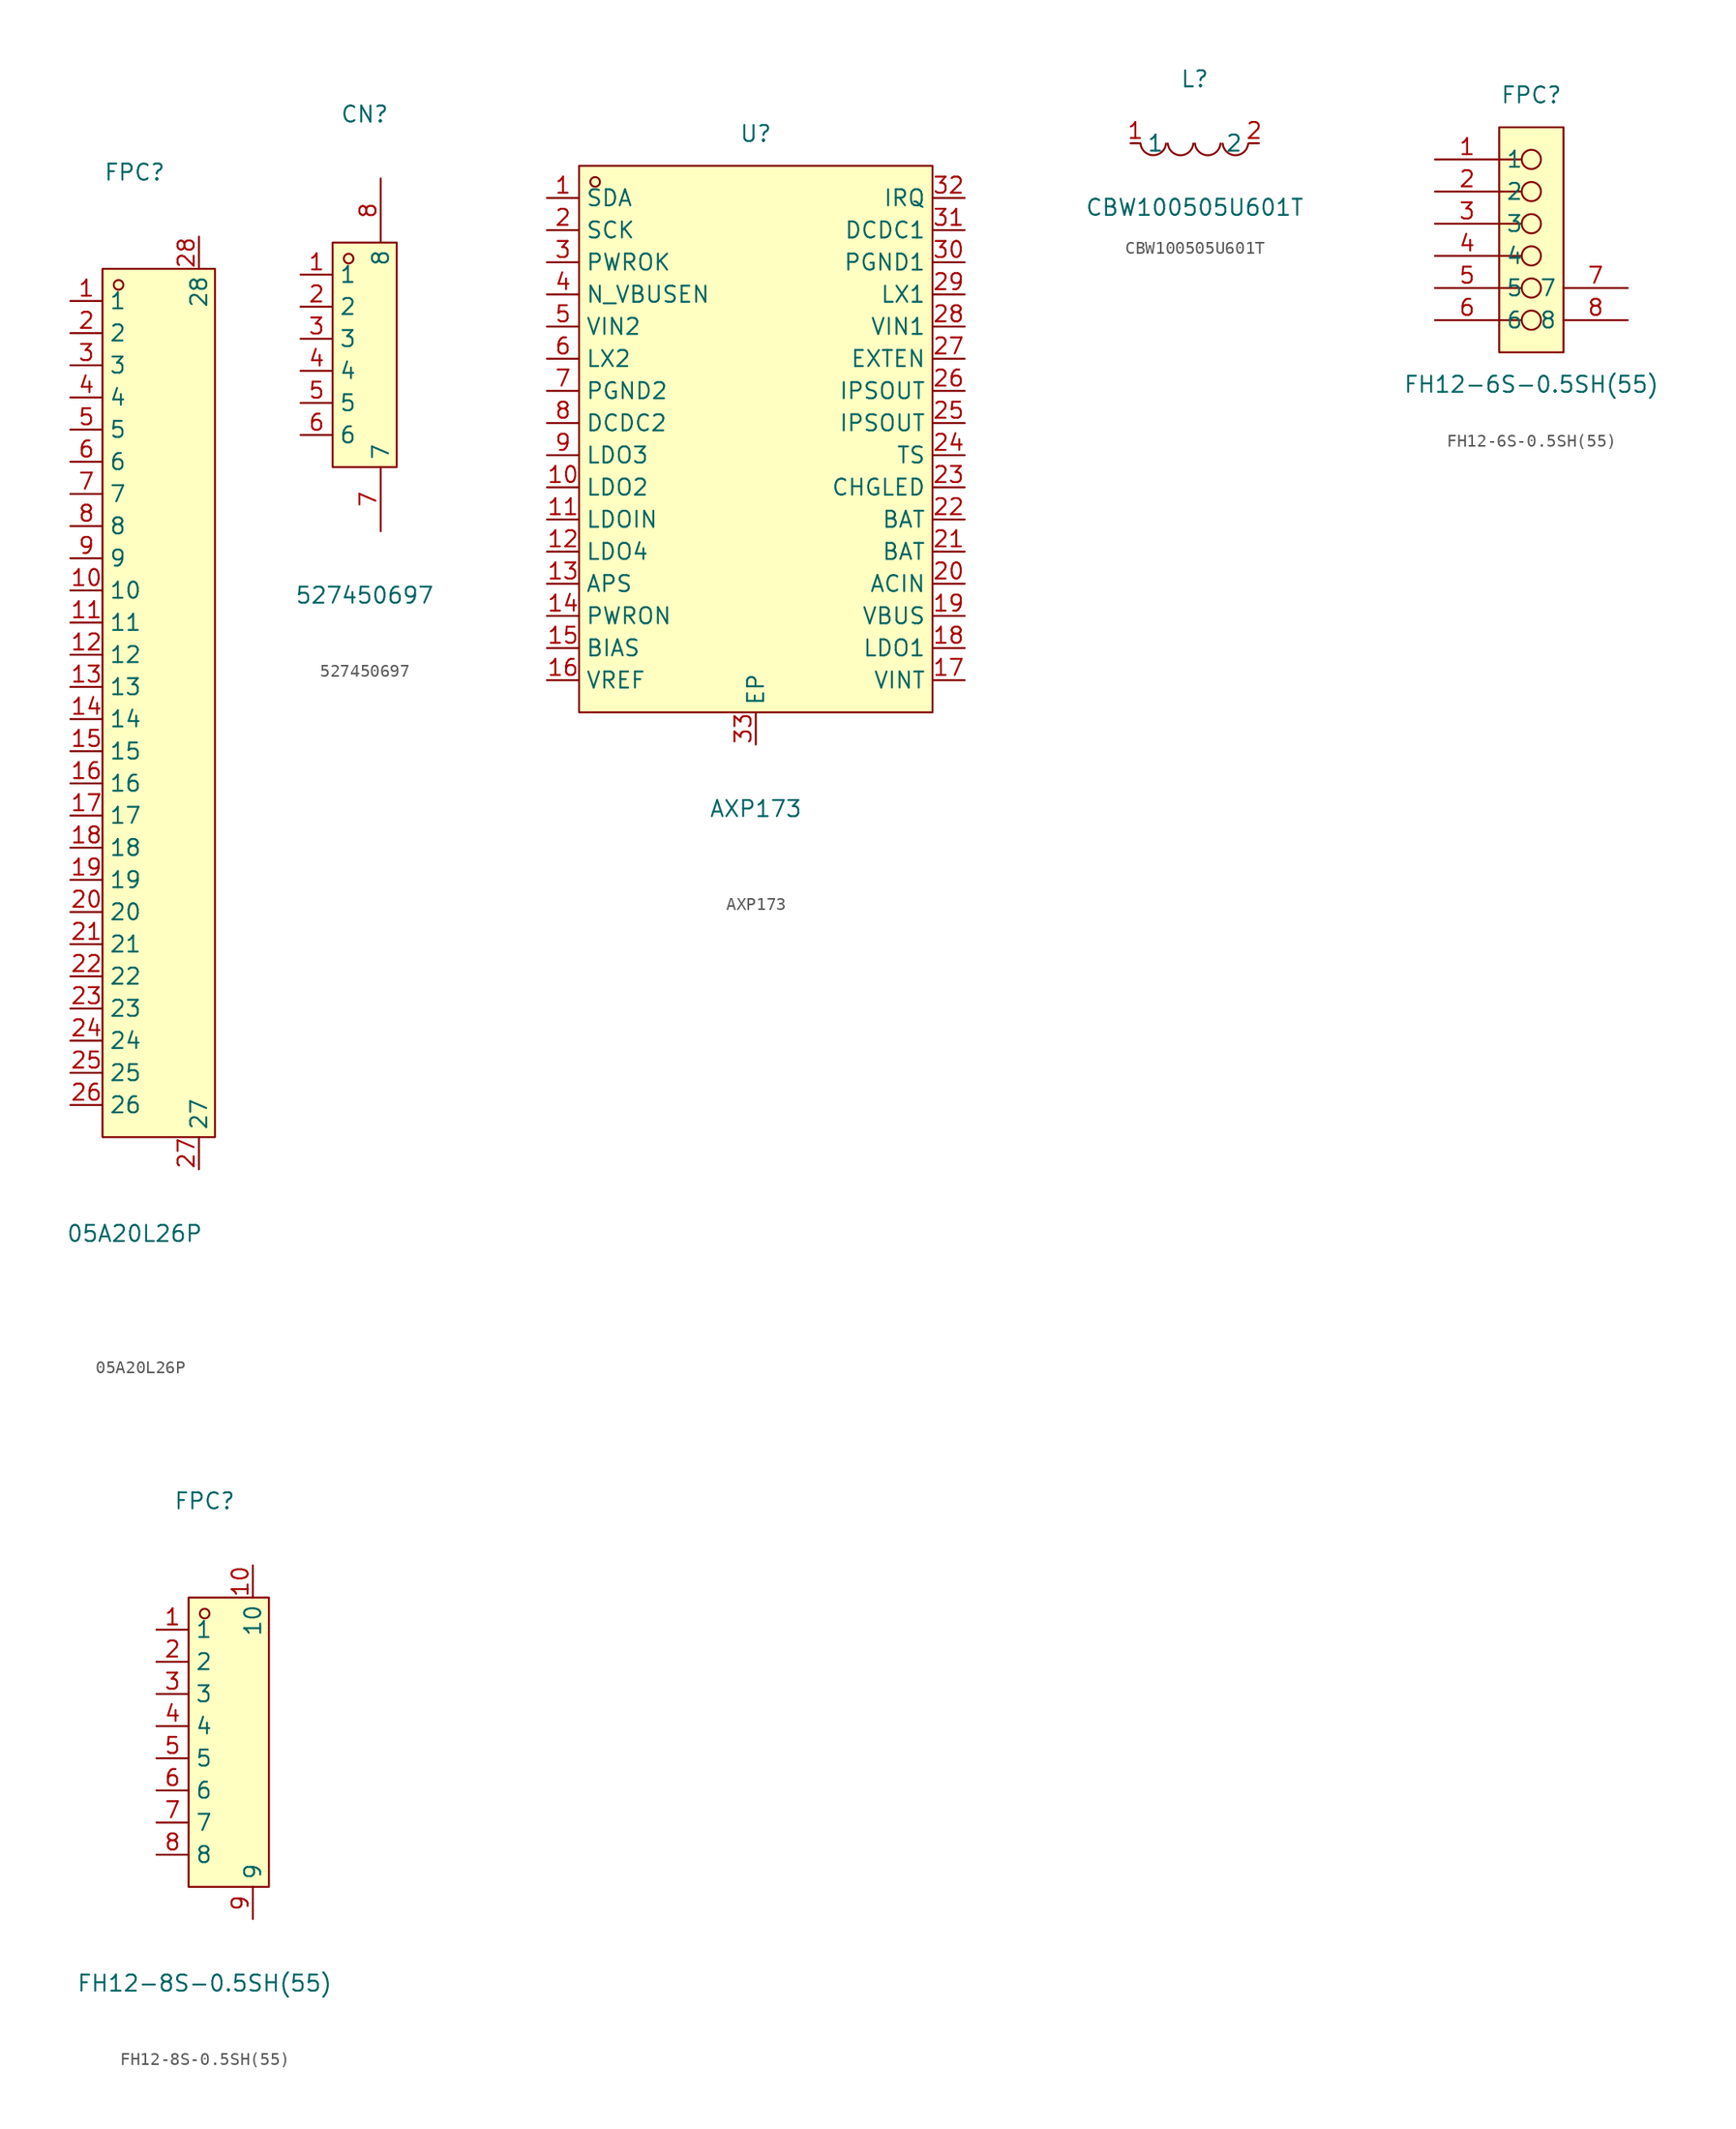
<source format=kicad_sym>
(kicad_symbol_lib
  (version 20211014)
  (generator https://github.com/uPesy/easyeda2kicad.py)
  (symbol "05A20L26P"
    (property "Reference" "FPC"
      (at 0 41.91 0)
      (effects (font (size 1.27 1.27))))
    (property "Value" "05A20L26P"
      (at 0 -41.91 0)
      (effects (font (size 1.27 1.27))))
    (symbol "05A20L26P_0_1"
      (rectangle (start -2.54 34.29) (end 6.35 -34.29) (stroke (width 0) (type default) (color 0 0 0 0)) (fill (type background)))
      (circle (center -1.27 33.02) (radius 0.38) (stroke (width 0) (type default) (color 0 0 0 0)) (fill (type none)))
      (pin unspecified line (at -5.08 31.75 0) (length 2.54) (name "1" (effects (font (size 1.27 1.27)))) (number "1" (effects (font (size 1.27 1.27)))))
      (pin unspecified line (at -5.08 29.21 0) (length 2.54) (name "2" (effects (font (size 1.27 1.27)))) (number "2" (effects (font (size 1.27 1.27)))))
      (pin unspecified line (at -5.08 26.67 0) (length 2.54) (name "3" (effects (font (size 1.27 1.27)))) (number "3" (effects (font (size 1.27 1.27)))))
      (pin unspecified line (at -5.08 24.13 0) (length 2.54) (name "4" (effects (font (size 1.27 1.27)))) (number "4" (effects (font (size 1.27 1.27)))))
      (pin unspecified line (at -5.08 21.59 0) (length 2.54) (name "5" (effects (font (size 1.27 1.27)))) (number "5" (effects (font (size 1.27 1.27)))))
      (pin unspecified line (at -5.08 19.05 0) (length 2.54) (name "6" (effects (font (size 1.27 1.27)))) (number "6" (effects (font (size 1.27 1.27)))))
      (pin unspecified line (at -5.08 16.51 0) (length 2.54) (name "7" (effects (font (size 1.27 1.27)))) (number "7" (effects (font (size 1.27 1.27)))))
      (pin unspecified line (at -5.08 13.97 0) (length 2.54) (name "8" (effects (font (size 1.27 1.27)))) (number "8" (effects (font (size 1.27 1.27)))))
      (pin unspecified line (at -5.08 11.43 0) (length 2.54) (name "9" (effects (font (size 1.27 1.27)))) (number "9" (effects (font (size 1.27 1.27)))))
      (pin unspecified line (at -5.08 8.89 0) (length 2.54) (name "10" (effects (font (size 1.27 1.27)))) (number "10" (effects (font (size 1.27 1.27)))))
      (pin unspecified line (at -5.08 6.35 0) (length 2.54) (name "11" (effects (font (size 1.27 1.27)))) (number "11" (effects (font (size 1.27 1.27)))))
      (pin unspecified line (at -5.08 3.81 0) (length 2.54) (name "12" (effects (font (size 1.27 1.27)))) (number "12" (effects (font (size 1.27 1.27)))))
      (pin unspecified line (at -5.08 1.27 0) (length 2.54) (name "13" (effects (font (size 1.27 1.27)))) (number "13" (effects (font (size 1.27 1.27)))))
      (pin unspecified line (at -5.08 -1.27 0) (length 2.54) (name "14" (effects (font (size 1.27 1.27)))) (number "14" (effects (font (size 1.27 1.27)))))
      (pin unspecified line (at -5.08 -3.81 0) (length 2.54) (name "15" (effects (font (size 1.27 1.27)))) (number "15" (effects (font (size 1.27 1.27)))))
      (pin unspecified line (at -5.08 -6.35 0) (length 2.54) (name "16" (effects (font (size 1.27 1.27)))) (number "16" (effects (font (size 1.27 1.27)))))
      (pin unspecified line (at -5.08 -8.89 0) (length 2.54) (name "17" (effects (font (size 1.27 1.27)))) (number "17" (effects (font (size 1.27 1.27)))))
      (pin unspecified line (at -5.08 -11.43 0) (length 2.54) (name "18" (effects (font (size 1.27 1.27)))) (number "18" (effects (font (size 1.27 1.27)))))
      (pin unspecified line (at -5.08 -13.97 0) (length 2.54) (name "19" (effects (font (size 1.27 1.27)))) (number "19" (effects (font (size 1.27 1.27)))))
      (pin unspecified line (at -5.08 -16.51 0) (length 2.54) (name "20" (effects (font (size 1.27 1.27)))) (number "20" (effects (font (size 1.27 1.27)))))
      (pin unspecified line (at -5.08 -19.05 0) (length 2.54) (name "21" (effects (font (size 1.27 1.27)))) (number "21" (effects (font (size 1.27 1.27)))))
      (pin unspecified line (at -5.08 -21.59 0) (length 2.54) (name "22" (effects (font (size 1.27 1.27)))) (number "22" (effects (font (size 1.27 1.27)))))
      (pin unspecified line (at -5.08 -24.13 0) (length 2.54) (name "23" (effects (font (size 1.27 1.27)))) (number "23" (effects (font (size 1.27 1.27)))))
      (pin unspecified line (at -5.08 -26.67 0) (length 2.54) (name "24" (effects (font (size 1.27 1.27)))) (number "24" (effects (font (size 1.27 1.27)))))
      (pin unspecified line (at -5.08 -29.21 0) (length 2.54) (name "25" (effects (font (size 1.27 1.27)))) (number "25" (effects (font (size 1.27 1.27)))))
      (pin unspecified line (at -5.08 -31.75 0) (length 2.54) (name "26" (effects (font (size 1.27 1.27)))) (number "26" (effects (font (size 1.27 1.27)))))
      (pin unspecified line (at 5.08 -36.83 90) (length 2.54) (name "27" (effects (font (size 1.27 1.27)))) (number "27" (effects (font (size 1.27 1.27)))))
      (pin unspecified line (at 5.08 36.83 270) (length 2.54) (name "28" (effects (font (size 1.27 1.27)))) (number "28" (effects (font (size 1.27 1.27)))))))
  (symbol "527450697"
    (property "Reference" "CN"
      (at 0 19.05 0)
      (effects (font (size 1.27 1.27))))
    (property "Value" "527450697"
      (at 0 -19.05 0)
      (effects (font (size 1.27 1.27))))
    (symbol "527450697_0_1"
      (rectangle (start -2.54 8.89) (end 2.54 -8.89) (stroke (width 0) (type default) (color 0 0 0 0)) (fill (type background)))
      (circle (center -1.27 7.62) (radius 0.38) (stroke (width 0) (type default) (color 0 0 0 0)) (fill (type none)))
      (pin unspecified line (at -5.08 6.35 0) (length 2.54) (name "1" (effects (font (size 1.27 1.27)))) (number "1" (effects (font (size 1.27 1.27)))))
      (pin unspecified line (at -5.08 3.81 0) (length 2.54) (name "2" (effects (font (size 1.27 1.27)))) (number "2" (effects (font (size 1.27 1.27)))))
      (pin unspecified line (at -5.08 1.27 0) (length 2.54) (name "3" (effects (font (size 1.27 1.27)))) (number "3" (effects (font (size 1.27 1.27)))))
      (pin unspecified line (at -5.08 -1.27 0) (length 2.54) (name "4" (effects (font (size 1.27 1.27)))) (number "4" (effects (font (size 1.27 1.27)))))
      (pin unspecified line (at -5.08 -3.81 0) (length 2.54) (name "5" (effects (font (size 1.27 1.27)))) (number "5" (effects (font (size 1.27 1.27)))))
      (pin unspecified line (at -5.08 -6.35 0) (length 2.54) (name "6" (effects (font (size 1.27 1.27)))) (number "6" (effects (font (size 1.27 1.27)))))
      (pin unspecified line (at 1.27 -13.97 90) (length 5.08) (name "7" (effects (font (size 1.27 1.27)))) (number "7" (effects (font (size 1.27 1.27)))))
      (pin unspecified line (at 1.27 13.97 270) (length 5.08) (name "8" (effects (font (size 1.27 1.27)))) (number "8" (effects (font (size 1.27 1.27)))))))
  (symbol "AXP173"
    (property "Reference" "U"
      (at 0 24.13 0)
      (effects (font (size 1.27 1.27))))
    (property "Value" "AXP173"
      (at 0 -29.21 0)
      (effects (font (size 1.27 1.27))))
    (symbol "AXP173_0_1"
      (rectangle (start -13.97 21.59) (end 13.97 -21.59) (stroke (width 0) (type default) (color 0 0 0 0)) (fill (type background)))
      (circle (center -12.70 20.32) (radius 0.38) (stroke (width 0) (type default) (color 0 0 0 0)) (fill (type none)))
      (pin unspecified line (at -16.51 19.05 0) (length 2.54) (name "SDA" (effects (font (size 1.27 1.27)))) (number "1" (effects (font (size 1.27 1.27)))))
      (pin unspecified line (at -16.51 16.51 0) (length 2.54) (name "SCK" (effects (font (size 1.27 1.27)))) (number "2" (effects (font (size 1.27 1.27)))))
      (pin unspecified line (at -16.51 13.97 0) (length 2.54) (name "PWROK" (effects (font (size 1.27 1.27)))) (number "3" (effects (font (size 1.27 1.27)))))
      (pin unspecified line (at -16.51 11.43 0) (length 2.54) (name "N_VBUSEN" (effects (font (size 1.27 1.27)))) (number "4" (effects (font (size 1.27 1.27)))))
      (pin unspecified line (at -16.51 8.89 0) (length 2.54) (name "VIN2" (effects (font (size 1.27 1.27)))) (number "5" (effects (font (size 1.27 1.27)))))
      (pin unspecified line (at -16.51 6.35 0) (length 2.54) (name "LX2" (effects (font (size 1.27 1.27)))) (number "6" (effects (font (size 1.27 1.27)))))
      (pin unspecified line (at -16.51 3.81 0) (length 2.54) (name "PGND2" (effects (font (size 1.27 1.27)))) (number "7" (effects (font (size 1.27 1.27)))))
      (pin unspecified line (at -16.51 1.27 0) (length 2.54) (name "DCDC2" (effects (font (size 1.27 1.27)))) (number "8" (effects (font (size 1.27 1.27)))))
      (pin unspecified line (at -16.51 -1.27 0) (length 2.54) (name "LDO3" (effects (font (size 1.27 1.27)))) (number "9" (effects (font (size 1.27 1.27)))))
      (pin unspecified line (at -16.51 -3.81 0) (length 2.54) (name "LDO2" (effects (font (size 1.27 1.27)))) (number "10" (effects (font (size 1.27 1.27)))))
      (pin unspecified line (at -16.51 -6.35 0) (length 2.54) (name "LDOIN" (effects (font (size 1.27 1.27)))) (number "11" (effects (font (size 1.27 1.27)))))
      (pin unspecified line (at -16.51 -8.89 0) (length 2.54) (name "LDO4" (effects (font (size 1.27 1.27)))) (number "12" (effects (font (size 1.27 1.27)))))
      (pin unspecified line (at -16.51 -11.43 0) (length 2.54) (name "APS" (effects (font (size 1.27 1.27)))) (number "13" (effects (font (size 1.27 1.27)))))
      (pin unspecified line (at -16.51 -13.97 0) (length 2.54) (name "PWRON" (effects (font (size 1.27 1.27)))) (number "14" (effects (font (size 1.27 1.27)))))
      (pin unspecified line (at -16.51 -16.51 0) (length 2.54) (name "BIAS" (effects (font (size 1.27 1.27)))) (number "15" (effects (font (size 1.27 1.27)))))
      (pin unspecified line (at -16.51 -19.05 0) (length 2.54) (name "VREF" (effects (font (size 1.27 1.27)))) (number "16" (effects (font (size 1.27 1.27)))))
      (pin unspecified line (at 16.51 -19.05 180) (length 2.54) (name "VINT" (effects (font (size 1.27 1.27)))) (number "17" (effects (font (size 1.27 1.27)))))
      (pin unspecified line (at 16.51 -16.51 180) (length 2.54) (name "LDO1" (effects (font (size 1.27 1.27)))) (number "18" (effects (font (size 1.27 1.27)))))
      (pin unspecified line (at 16.51 -13.97 180) (length 2.54) (name "VBUS" (effects (font (size 1.27 1.27)))) (number "19" (effects (font (size 1.27 1.27)))))
      (pin unspecified line (at 16.51 -11.43 180) (length 2.54) (name "ACIN" (effects (font (size 1.27 1.27)))) (number "20" (effects (font (size 1.27 1.27)))))
      (pin unspecified line (at 16.51 -8.89 180) (length 2.54) (name "BAT" (effects (font (size 1.27 1.27)))) (number "21" (effects (font (size 1.27 1.27)))))
      (pin unspecified line (at 16.51 -6.35 180) (length 2.54) (name "BAT" (effects (font (size 1.27 1.27)))) (number "22" (effects (font (size 1.27 1.27)))))
      (pin unspecified line (at 16.51 -3.81 180) (length 2.54) (name "CHGLED" (effects (font (size 1.27 1.27)))) (number "23" (effects (font (size 1.27 1.27)))))
      (pin unspecified line (at 16.51 -1.27 180) (length 2.54) (name "TS" (effects (font (size 1.27 1.27)))) (number "24" (effects (font (size 1.27 1.27)))))
      (pin unspecified line (at 16.51 1.27 180) (length 2.54) (name "IPSOUT" (effects (font (size 1.27 1.27)))) (number "25" (effects (font (size 1.27 1.27)))))
      (pin unspecified line (at 16.51 3.81 180) (length 2.54) (name "IPSOUT" (effects (font (size 1.27 1.27)))) (number "26" (effects (font (size 1.27 1.27)))))
      (pin unspecified line (at 16.51 6.35 180) (length 2.54) (name "EXTEN" (effects (font (size 1.27 1.27)))) (number "27" (effects (font (size 1.27 1.27)))))
      (pin unspecified line (at 16.51 8.89 180) (length 2.54) (name "VIN1" (effects (font (size 1.27 1.27)))) (number "28" (effects (font (size 1.27 1.27)))))
      (pin unspecified line (at 16.51 11.43 180) (length 2.54) (name "LX1" (effects (font (size 1.27 1.27)))) (number "29" (effects (font (size 1.27 1.27)))))
      (pin unspecified line (at 16.51 13.97 180) (length 2.54) (name "PGND1" (effects (font (size 1.27 1.27)))) (number "30" (effects (font (size 1.27 1.27)))))
      (pin unspecified line (at 16.51 16.51 180) (length 2.54) (name "DCDC1" (effects (font (size 1.27 1.27)))) (number "31" (effects (font (size 1.27 1.27)))))
      (pin unspecified line (at 16.51 19.05 180) (length 2.54) (name "IRQ" (effects (font (size 1.27 1.27)))) (number "32" (effects (font (size 1.27 1.27)))))
      (pin unspecified line (at 0.00 -24.13 90) (length 2.54) (name "EP" (effects (font (size 1.27 1.27)))) (number "33" (effects (font (size 1.27 1.27)))))))
  (symbol "CBW100505U601T"
    (property "Reference" "L"
      (at 0 5.08 0)
      (effects (font (size 1.27 1.27))))
    (property "Value" "CBW100505U601T"
      (at 0 -5.08 0)
      (effects (font (size 1.27 1.27))))
    (symbol "CBW100505U601T_0_1"
      (arc (start -4.29 -0.02) (mid -2.81 -1.01) (end -2.27 -0.02) (stroke (width 0) (type default) (color 0 0 0 0)) (fill (type none)))
      (arc (start -2.13 -0.02) (mid -0.66 -1.01) (end -0.11 -0.02) (stroke (width 0) (type default) (color 0 0 0 0)) (fill (type none)))
      (arc (start 0.02 -0.02) (mid 1.49 -1.01) (end 2.04 -0.02) (stroke (width 0) (type default) (color 0 0 0 0)) (fill (type none)))
      (arc (start 2.21 -0.02) (mid 3.68 -1.01) (end 4.23 -0.02) (stroke (width 0) (type default) (color 0 0 0 0)) (fill (type none)))
      (pin unspecified line (at 5.08 -0.00 180) (length 0.762) (name "2" (effects (font (size 1.27 1.27)))) (number "2" (effects (font (size 1.27 1.27)))))
      (pin unspecified line (at -5.08 -0.00 0) (length 0.762) (name "1" (effects (font (size 1.27 1.27)))) (number "1" (effects (font (size 1.27 1.27)))))))
  (symbol "FH12-6S-0.5SH(55)"
    (property "Reference" "FPC"
      (at 0 11.43 0)
      (effects (font (size 1.27 1.27))))
    (property "Value" "FH12-6S-0.5SH(55)"
      (at 0 -11.43 0)
      (effects (font (size 1.27 1.27))))
    (symbol "FH12-6S-0.5SH(55)_0_1"
      (circle (center 0.00 3.81) (radius 0.76) (stroke (width 0) (type default) (color 0 0 0 0)) (fill (type none)))
      (circle (center 0.00 -1.27) (radius 0.76) (stroke (width 0) (type default) (color 0 0 0 0)) (fill (type none)))
      (circle (center 0.00 1.27) (radius 0.76) (stroke (width 0) (type default) (color 0 0 0 0)) (fill (type none)))
      (circle (center 0.00 -3.81) (radius 0.76) (stroke (width 0) (type default) (color 0 0 0 0)) (fill (type none)))
      (circle (center 0.00 6.35) (radius 0.76) (stroke (width 0) (type default) (color 0 0 0 0)) (fill (type none)))
      (circle (center 0.00 -6.35) (radius 0.76) (stroke (width 0) (type default) (color 0 0 0 0)) (fill (type none)))
      (polyline (pts (xy -2.54 3.81) (xy -0.76 3.81)) (stroke (width 0) (type default) (color 0 0 0 0)) (fill (type none)))
      (polyline (pts (xy -2.54 -1.27) (xy -0.76 -1.27)) (stroke (width 0) (type default) (color 0 0 0 0)) (fill (type none)))
      (polyline (pts (xy -2.54 1.27) (xy -0.76 1.27)) (stroke (width 0) (type default) (color 0 0 0 0)) (fill (type none)))
      (polyline (pts (xy -2.54 -3.81) (xy -0.76 -3.81)) (stroke (width 0) (type default) (color 0 0 0 0)) (fill (type none)))
      (polyline (pts (xy -2.54 6.35) (xy -0.76 6.35)) (stroke (width 0) (type default) (color 0 0 0 0)) (fill (type none)))
      (polyline (pts (xy -2.54 -6.35) (xy -0.76 -6.35)) (stroke (width 0) (type default) (color 0 0 0 0)) (fill (type none)))
      (polyline (pts (xy -2.54 8.89) (xy 2.54 8.89) (xy 2.54 -8.89) (xy 0.00 -8.89) (xy -2.54 -8.89) (xy -2.54 8.89)) (stroke (width 0) (type default) (color 0 0 0 0)) (fill (type background)))
      (pin unspecified line (at -7.62 3.81 0) (length 5.08) (name "2" (effects (font (size 1.27 1.27)))) (number "2" (effects (font (size 1.27 1.27)))))
      (pin unspecified line (at -7.62 1.27 0) (length 5.08) (name "3" (effects (font (size 1.27 1.27)))) (number "3" (effects (font (size 1.27 1.27)))))
      (pin unspecified line (at -7.62 -1.27 0) (length 5.08) (name "4" (effects (font (size 1.27 1.27)))) (number "4" (effects (font (size 1.27 1.27)))))
      (pin unspecified line (at -7.62 -3.81 0) (length 5.08) (name "5" (effects (font (size 1.27 1.27)))) (number "5" (effects (font (size 1.27 1.27)))))
      (pin unspecified line (at -7.62 -6.35 0) (length 5.08) (name "6" (effects (font (size 1.27 1.27)))) (number "6" (effects (font (size 1.27 1.27)))))
      (pin unspecified line (at 7.62 -3.81 180) (length 5.08) (name "7" (effects (font (size 1.27 1.27)))) (number "7" (effects (font (size 1.27 1.27)))))
      (pin unspecified line (at 7.62 -6.35 180) (length 5.08) (name "8" (effects (font (size 1.27 1.27)))) (number "8" (effects (font (size 1.27 1.27)))))
      (pin unspecified line (at -7.62 6.35 0) (length 5.08) (name "1" (effects (font (size 1.27 1.27)))) (number "1" (effects (font (size 1.27 1.27)))))))
  (symbol "FH12-8S-0.5SH(55)"
    (property "Reference" "FPC"
      (at 0 19.05 0)
      (effects (font (size 1.27 1.27))))
    (property "Value" "FH12-8S-0.5SH(55)"
      (at 0 -19.05 0)
      (effects (font (size 1.27 1.27))))
    (symbol "FH12-8S-0.5SH(55)_0_1"
      (rectangle (start -1.27 11.43) (end 5.08 -11.43) (stroke (width 0) (type default) (color 0 0 0 0)) (fill (type background)))
      (circle (center 0.00 10.16) (radius 0.38) (stroke (width 0) (type default) (color 0 0 0 0)) (fill (type none)))
      (pin unspecified line (at -3.81 8.89 0) (length 2.54) (name "1" (effects (font (size 1.27 1.27)))) (number "1" (effects (font (size 1.27 1.27)))))
      (pin unspecified line (at -3.81 6.35 0) (length 2.54) (name "2" (effects (font (size 1.27 1.27)))) (number "2" (effects (font (size 1.27 1.27)))))
      (pin unspecified line (at -3.81 3.81 0) (length 2.54) (name "3" (effects (font (size 1.27 1.27)))) (number "3" (effects (font (size 1.27 1.27)))))
      (pin unspecified line (at -3.81 1.27 0) (length 2.54) (name "4" (effects (font (size 1.27 1.27)))) (number "4" (effects (font (size 1.27 1.27)))))
      (pin unspecified line (at -3.81 -1.27 0) (length 2.54) (name "5" (effects (font (size 1.27 1.27)))) (number "5" (effects (font (size 1.27 1.27)))))
      (pin unspecified line (at -3.81 -3.81 0) (length 2.54) (name "6" (effects (font (size 1.27 1.27)))) (number "6" (effects (font (size 1.27 1.27)))))
      (pin unspecified line (at -3.81 -6.35 0) (length 2.54) (name "7" (effects (font (size 1.27 1.27)))) (number "7" (effects (font (size 1.27 1.27)))))
      (pin unspecified line (at -3.81 -8.89 0) (length 2.54) (name "8" (effects (font (size 1.27 1.27)))) (number "8" (effects (font (size 1.27 1.27)))))
      (pin unspecified line (at 3.81 -13.97 90) (length 2.54) (name "9" (effects (font (size 1.27 1.27)))) (number "9" (effects (font (size 1.27 1.27)))))
      (pin unspecified line (at 3.81 13.97 270) (length 2.54) (name "10" (effects (font (size 1.27 1.27)))) (number "10" (effects (font (size 1.27 1.27))))))))
</source>
